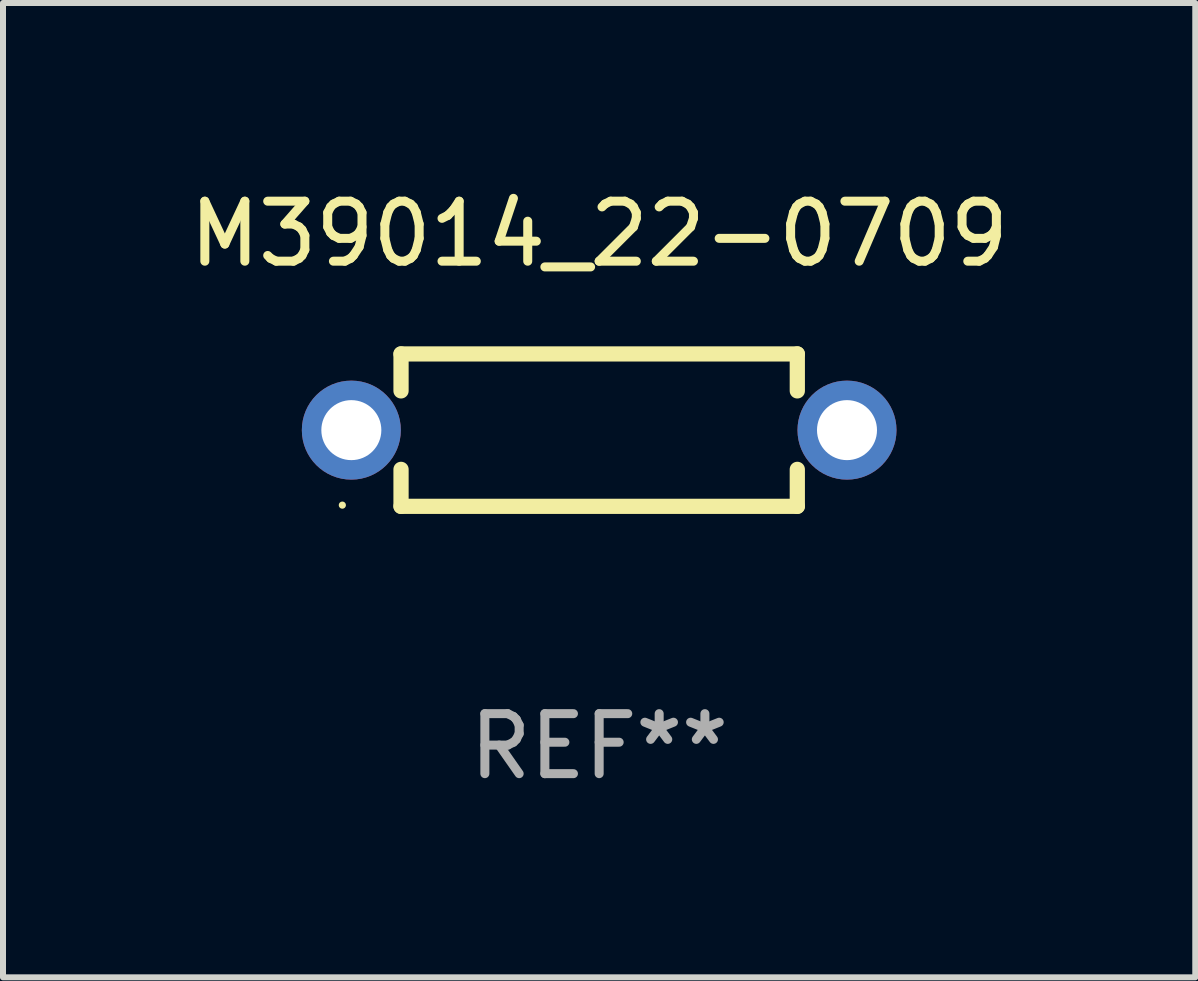
<source format=kicad_pcb>
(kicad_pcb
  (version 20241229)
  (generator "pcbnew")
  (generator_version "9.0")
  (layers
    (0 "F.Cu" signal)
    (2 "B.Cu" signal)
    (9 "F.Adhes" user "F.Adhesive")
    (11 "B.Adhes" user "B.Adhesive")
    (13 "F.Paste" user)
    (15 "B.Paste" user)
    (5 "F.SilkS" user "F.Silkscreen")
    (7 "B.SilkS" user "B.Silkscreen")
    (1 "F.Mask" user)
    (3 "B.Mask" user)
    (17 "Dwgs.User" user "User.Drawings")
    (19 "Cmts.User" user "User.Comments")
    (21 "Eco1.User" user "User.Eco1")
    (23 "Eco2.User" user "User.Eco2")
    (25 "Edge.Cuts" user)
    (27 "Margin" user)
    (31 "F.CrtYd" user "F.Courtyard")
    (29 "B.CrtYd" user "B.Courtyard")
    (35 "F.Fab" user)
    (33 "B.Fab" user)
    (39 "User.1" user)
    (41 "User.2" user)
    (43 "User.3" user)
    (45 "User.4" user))
  (footprint "M39014_22-0709"
    (layer "F.Cu")
    (at 6.935 4.118)
    (property "Reference" "M39014_22-0709" (at 0 -3.27 0) (layer "F.SilkS") (effects (font (size 1 1) (thickness 0.15))))
    (attr through_hole)
    (fp_line (start -3.302 -1.27) (end -3.302 -0.654) (stroke (width 0.254) (type solid)) (layer "F.SilkS"))
    (fp_line (start -3.302 0.654) (end -3.302 1.27) (stroke (width 0.254) (type solid)) (layer "F.SilkS"))
    (fp_line (start -3.302 1.27) (end 3.302 1.27) (stroke (width 0.254) (type solid)) (layer "F.SilkS"))
    (fp_line (start 3.302 -1.27) (end -3.302 -1.27) (stroke (width 0.254) (type solid)) (layer "F.SilkS"))
    (fp_line (start 3.302 -0.654) (end 3.302 -1.27) (stroke (width 0.254) (type solid)) (layer "F.SilkS"))
    (fp_line (start 3.302 1.27) (end 3.302 0.654) (stroke (width 0.254) (type solid)) (layer "F.SilkS"))
    (fp_circle (center -4.28 1.25) (end -4.25 1.25) (stroke (width 0.06) (type solid)) (fill no) (layer "F.SilkS"))
    (fp_text user "REF**" (at 0 5.27 0) (layer "F.Fab") (effects (font (size 1 1) (thickness 0.15))))
    (pad "1" thru_hole circle (at -4.13 0) (size 1.65 1.65) (drill 1) (layers "*.Cu" "*.Mask"))
    (pad "2" thru_hole circle (at 4.13 0) (size 1.65 1.65) (drill 1) (layers "*.Cu" "*.Mask")))
  (gr_rect
    (start -3 -3)
    (end 16.869 13.237)
    (stroke (width 0.1) (type default))
    (fill no)
    (layer "Edge.Cuts")))
</source>
